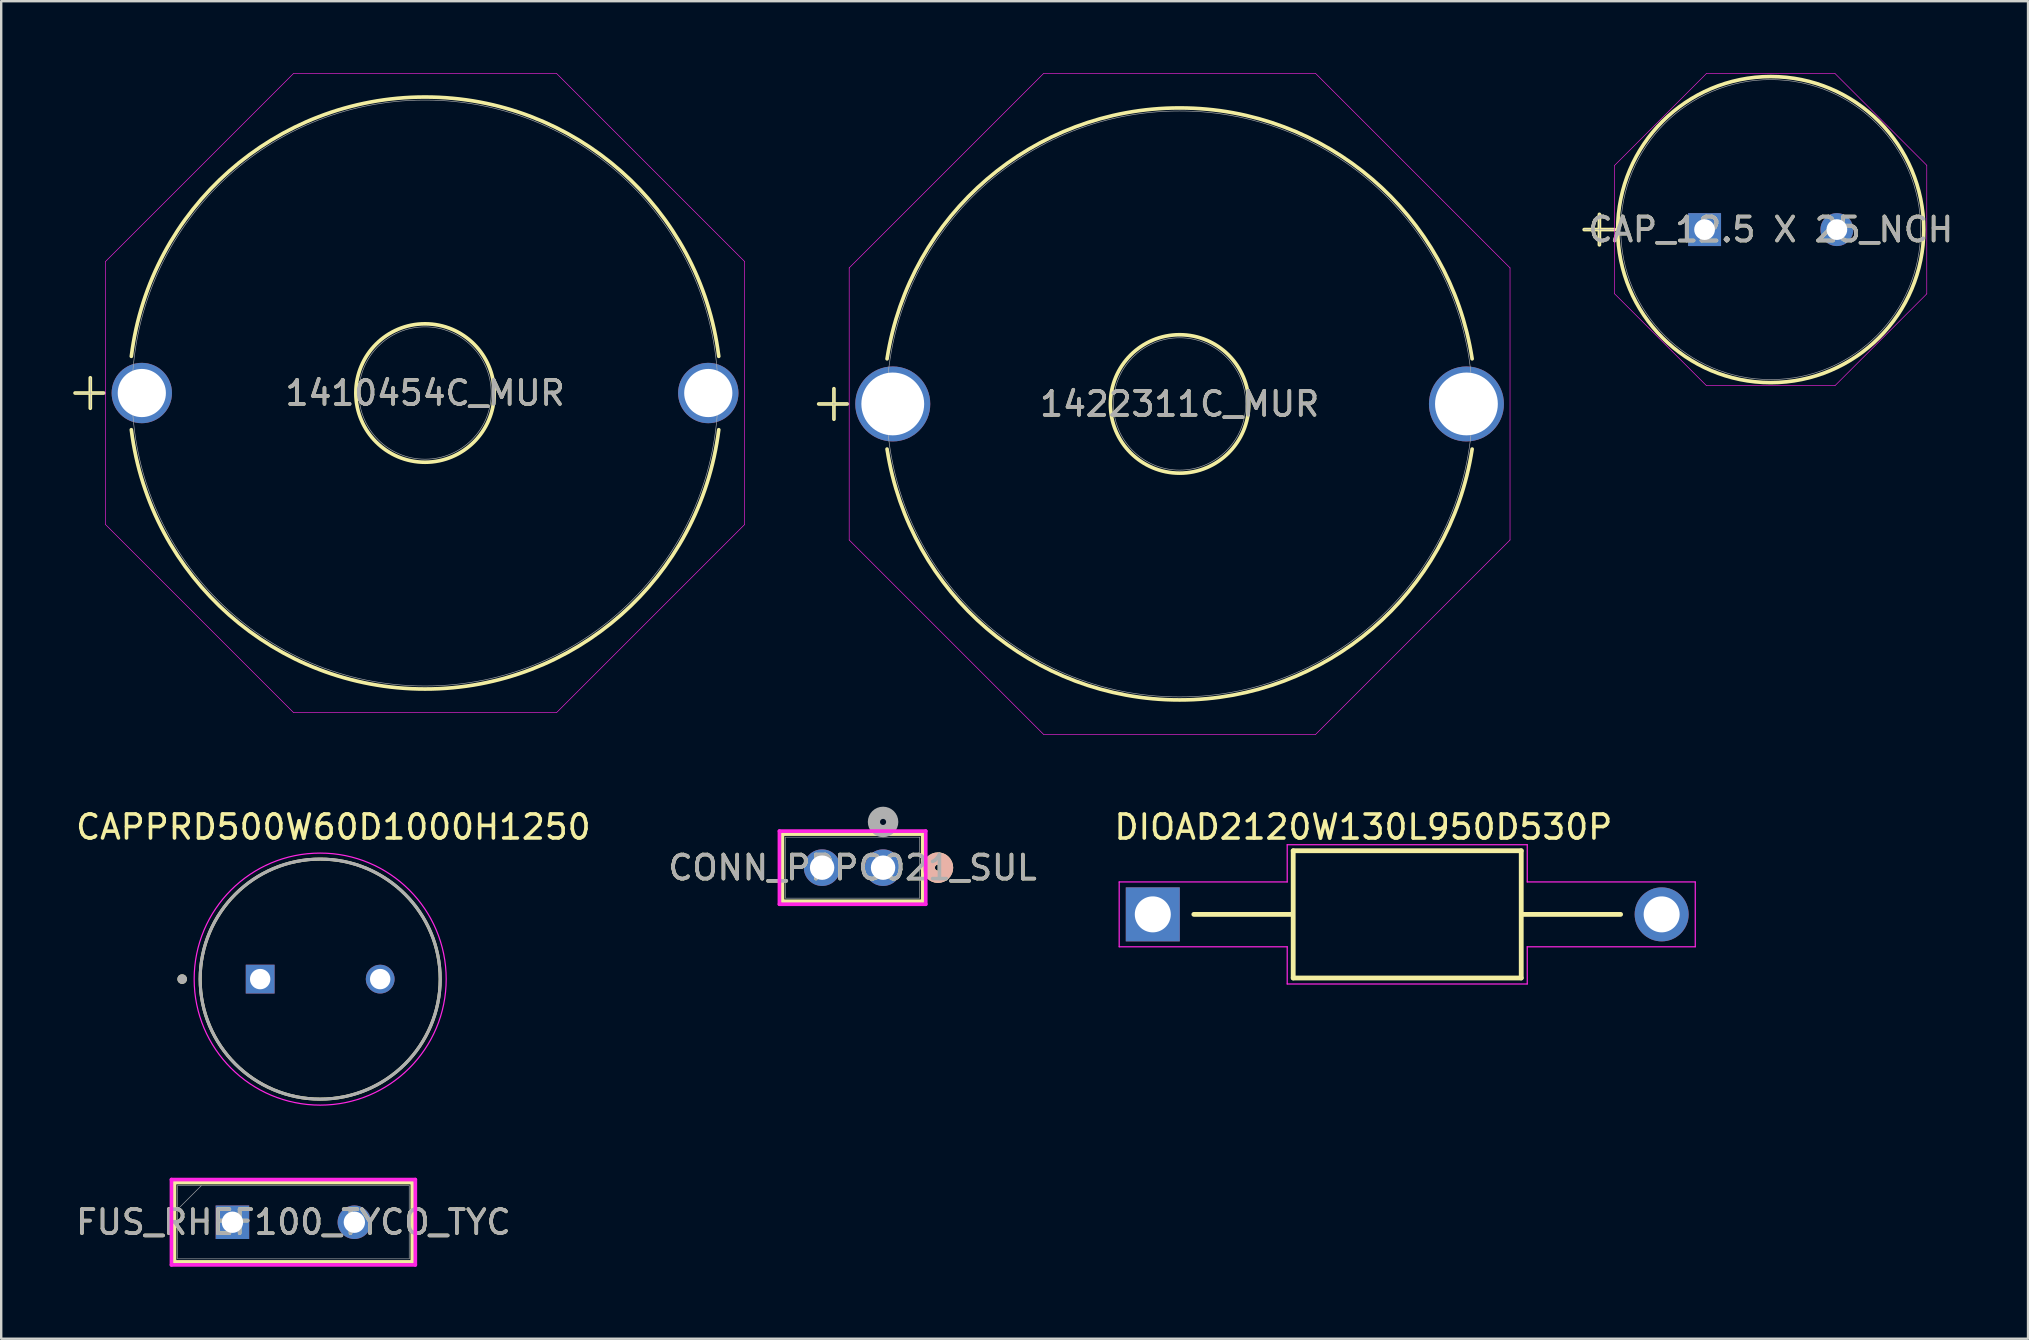
<source format=kicad_pcb>
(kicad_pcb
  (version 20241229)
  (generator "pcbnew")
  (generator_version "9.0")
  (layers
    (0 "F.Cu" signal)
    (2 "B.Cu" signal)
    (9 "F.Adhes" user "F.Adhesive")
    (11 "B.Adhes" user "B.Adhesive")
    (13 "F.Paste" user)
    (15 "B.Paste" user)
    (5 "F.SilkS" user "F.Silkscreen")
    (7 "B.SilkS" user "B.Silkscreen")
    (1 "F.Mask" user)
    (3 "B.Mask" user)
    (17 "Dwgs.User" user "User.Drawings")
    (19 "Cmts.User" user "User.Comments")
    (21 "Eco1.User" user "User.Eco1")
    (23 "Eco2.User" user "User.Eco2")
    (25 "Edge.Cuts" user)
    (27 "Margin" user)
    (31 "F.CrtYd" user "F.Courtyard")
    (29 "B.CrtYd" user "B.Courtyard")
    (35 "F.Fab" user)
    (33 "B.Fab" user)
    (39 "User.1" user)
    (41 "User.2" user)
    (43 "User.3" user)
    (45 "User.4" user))
  (footprint "CAP_12.5 X 25_NCH"
    (layer "F.Cu")
    (at 67.965 6.515)
    (property "Reference" "CAP_12.5 X 25_NCH" (at 2.756 0 0) (unlocked yes) (layer "F.SilkS") (effects (font (size 1 1) (thickness 0.15))))
    (attr through_hole)
    (fp_line (start -5.016 0) (end -3.747 0) (stroke (width 0.152) (type solid)) (layer "F.SilkS"))
    (fp_line (start -4.381 -0.635) (end -4.381 0.635) (stroke (width 0.152) (type solid)) (layer "F.SilkS"))
    (fp_circle (center 2.756 0) (end 9.131 0) (stroke (width 0.152) (type solid)) (fill no) (layer "F.SilkS"))
    (fp_line (start -3.747 -2.677) (end 0.078 -6.502) (stroke (width 0.025) (type solid)) (layer "F.CrtYd"))
    (fp_line (start -3.747 2.677) (end -3.747 -2.677) (stroke (width 0.025) (type solid)) (layer "F.CrtYd"))
    (fp_line (start 0.078 -6.502) (end 5.433 -6.502) (stroke (width 0.025) (type solid)) (layer "F.CrtYd"))
    (fp_line (start 0.078 6.502) (end -3.747 2.677) (stroke (width 0.025) (type solid)) (layer "F.CrtYd"))
    (fp_line (start 5.433 -6.502) (end 9.258 -2.677) (stroke (width 0.025) (type solid)) (layer "F.CrtYd"))
    (fp_line (start 5.433 6.502) (end 0.078 6.502) (stroke (width 0.025) (type solid)) (layer "F.CrtYd"))
    (fp_line (start 9.258 -2.677) (end 9.258 2.677) (stroke (width 0.025) (type solid)) (layer "F.CrtYd"))
    (fp_line (start 9.258 2.677) (end 5.433 6.502) (stroke (width 0.025) (type solid)) (layer "F.CrtYd"))
    (fp_line (start -5.016 0) (end -3.747 0) (stroke (width 0.025) (type solid)) (layer "F.Fab"))
    (fp_line (start -4.381 -0.635) (end -4.381 0.635) (stroke (width 0.025) (type solid)) (layer "F.Fab"))
    (fp_circle (center 2.756 0) (end 9.004 0) (stroke (width 0.025) (type solid)) (fill no) (layer "F.Fab"))
    (fp_text user "${REFERENCE}" (at 2.756 0 0) (unlocked yes) (layer "F.Fab") (effects (font (size 1 1) (thickness 0.15))))
    (pad "1" thru_hole rect (at 0 0) (size 1.372 1.372) (drill 0.864) (layers "*.Cu" "*.Mask"))
    (pad "2" thru_hole circle (at 5.512 0) (size 1.372 1.372) (drill 0.864) (layers "*.Cu" "*.Mask")))
  (footprint "FUS_RHEF100_TYCO_TYC"
    (layer "F.Cu")
    (at 6.633 47.87)
    (property "Reference" "FUS_RHEF100_TYCO_TYC" (at 2.54 0 0) (unlocked yes) (layer "F.SilkS") (effects (font (size 1 1) (thickness 0.15))))
    (attr through_hole)
    (fp_line (start -2.413 -1.651) (end -2.413 1.651) (stroke (width 0.152) (type solid)) (layer "F.SilkS"))
    (fp_line (start -2.413 1.651) (end 7.493 1.651) (stroke (width 0.152) (type solid)) (layer "F.SilkS"))
    (fp_line (start 7.493 -1.651) (end -2.413 -1.651) (stroke (width 0.152) (type solid)) (layer "F.SilkS"))
    (fp_line (start 7.493 1.651) (end 7.493 -1.651) (stroke (width 0.152) (type solid)) (layer "F.SilkS"))
    (fp_line (start -2.54 -1.778) (end 7.62 -1.778) (stroke (width 0.152) (type solid)) (layer "F.CrtYd"))
    (fp_line (start -2.54 1.778) (end -2.54 -1.778) (stroke (width 0.152) (type solid)) (layer "F.CrtYd"))
    (fp_line (start 7.62 -1.778) (end 7.62 1.778) (stroke (width 0.152) (type solid)) (layer "F.CrtYd"))
    (fp_line (start 7.62 1.778) (end -2.54 1.778) (stroke (width 0.152) (type solid)) (layer "F.CrtYd"))
    (fp_line (start -2.286 -1.524) (end -2.286 1.524) (stroke (width 0.025) (type solid)) (layer "F.Fab"))
    (fp_line (start -2.286 -0.533) (end -1.295 -1.524) (stroke (width 0.025) (type solid)) (layer "F.Fab"))
    (fp_line (start -2.286 1.524) (end 7.366 1.524) (stroke (width 0.025) (type solid)) (layer "F.Fab"))
    (fp_line (start 7.366 -1.524) (end -2.286 -1.524) (stroke (width 0.025) (type solid)) (layer "F.Fab"))
    (fp_line (start 7.366 1.524) (end 7.366 -1.524) (stroke (width 0.025) (type solid)) (layer "F.Fab"))
    (fp_text user "${REFERENCE}" (at 2.54 0 0) (unlocked yes) (layer "F.Fab") (effects (font (size 1 1) (thickness 0.15))))
    (pad "1" thru_hole rect (at 0 0) (size 1.397 1.397) (drill 0.889) (layers "*.Cu" "*.Mask"))
    (pad "2" thru_hole circle (at 5.08 0) (size 1.397 1.397) (drill 0.889) (layers "*.Cu" "*.Mask")))
  (footprint "DIOAD2120W130L950D530P"
    (layer "F.Cu")
    (at 55.577 35.044)
    (property "Reference" "DIOAD2120W130L950D530P" (at -1.826 -3.637 0) (layer "F.SilkS") (effects (font (size 1.001 1.001) (thickness 0.15))))
    (attr through_hole)
    (fp_line (start -8.89 0) (end -4.8 0) (stroke (width 0.2) (type solid)) (layer "F.SilkS"))
    (fp_line (start -4.75 -2.65) (end 4.75 -2.65) (stroke (width 0.2) (type solid)) (layer "F.SilkS"))
    (fp_line (start -4.75 2.65) (end -4.75 -2.65) (stroke (width 0.2) (type solid)) (layer "F.SilkS"))
    (fp_line (start 4.75 -2.65) (end 4.75 2.65) (stroke (width 0.2) (type solid)) (layer "F.SilkS"))
    (fp_line (start 4.75 2.65) (end -4.75 2.65) (stroke (width 0.2) (type solid)) (layer "F.SilkS"))
    (fp_line (start 8.89 0) (end 4.8 0) (stroke (width 0.2) (type solid)) (layer "F.SilkS"))
    (fp_line (start -12 -1.35) (end -5 -1.35) (stroke (width 0.05) (type solid)) (layer "F.CrtYd"))
    (fp_line (start -12 1.35) (end -12 -1.35) (stroke (width 0.05) (type solid)) (layer "F.CrtYd"))
    (fp_line (start -12 1.35) (end -5 1.35) (stroke (width 0.05) (type solid)) (layer "F.CrtYd"))
    (fp_line (start -5 -2.9) (end 5 -2.9) (stroke (width 0.05) (type solid)) (layer "F.CrtYd"))
    (fp_line (start -5 -1.35) (end -5 -2.9) (stroke (width 0.05) (type solid)) (layer "F.CrtYd"))
    (fp_line (start -5 1.35) (end -5 2.9) (stroke (width 0.05) (type solid)) (layer "F.CrtYd"))
    (fp_line (start 5 -1.35) (end 5 -2.9) (stroke (width 0.05) (type solid)) (layer "F.CrtYd"))
    (fp_line (start 5 1.35) (end 5 2.9) (stroke (width 0.05) (type solid)) (layer "F.CrtYd"))
    (fp_line (start 5 1.35) (end 12 1.35) (stroke (width 0.05) (type solid)) (layer "F.CrtYd"))
    (fp_line (start 5 2.9) (end -5 2.9) (stroke (width 0.05) (type solid)) (layer "F.CrtYd"))
    (fp_line (start 12 -1.35) (end 5 -1.35) (stroke (width 0.05) (type solid)) (layer "F.CrtYd"))
    (fp_line (start 12 -1.35) (end 12 1.35) (stroke (width 0.05) (type solid)) (layer "F.CrtYd"))
    (pad "A" thru_hole circle (at 10.6 0) (size 2.25 2.25) (drill 1.5) (layers "*.Cu" "*.Mask"))
    (pad "C" thru_hole rect (at -10.6 0) (size 2.25 2.25) (drill 1.5) (layers "*.Cu" "*.Mask")))
  (footprint "CONN_PPPC021_SUL"
    (layer "F.Cu")
    (at 33.74 33.098)
    (property "Reference" "CONN_PPPC021_SUL" (at -1.27 0 0) (unlocked yes) (layer "F.SilkS") (effects (font (size 1 1) (thickness 0.15))))
    (attr through_hole)
    (fp_line (start -4.191 -1.397) (end -4.191 1.397) (stroke (width 0.152) (type solid)) (layer "F.SilkS"))
    (fp_line (start -4.191 1.397) (end 1.651 1.397) (stroke (width 0.152) (type solid)) (layer "F.SilkS"))
    (fp_line (start 1.651 -1.397) (end -4.191 -1.397) (stroke (width 0.152) (type solid)) (layer "F.SilkS"))
    (fp_line (start 1.651 1.397) (end 1.651 -1.397) (stroke (width 0.152) (type solid)) (layer "F.SilkS"))
    (fp_circle (center 2.286 0) (end 2.667 0) (stroke (width 0.508) (type solid)) (fill no) (layer "F.SilkS"))
    (fp_circle (center 2.286 0) (end 2.667 0) (stroke (width 0.508) (type solid)) (fill no) (layer "B.SilkS"))
    (fp_line (start -4.318 -1.524) (end -4.318 1.524) (stroke (width 0.152) (type solid)) (layer "F.CrtYd"))
    (fp_line (start -4.318 1.524) (end 1.778 1.524) (stroke (width 0.152) (type solid)) (layer "F.CrtYd"))
    (fp_line (start 1.778 -1.524) (end -4.318 -1.524) (stroke (width 0.152) (type solid)) (layer "F.CrtYd"))
    (fp_line (start 1.778 1.524) (end 1.778 -1.524) (stroke (width 0.152) (type solid)) (layer "F.CrtYd"))
    (fp_line (start -4.064 -1.27) (end -4.064 1.27) (stroke (width 0.025) (type solid)) (layer "F.Fab"))
    (fp_line (start -4.064 1.27) (end 1.524 1.27) (stroke (width 0.025) (type solid)) (layer "F.Fab"))
    (fp_line (start 1.524 -1.27) (end -4.064 -1.27) (stroke (width 0.025) (type solid)) (layer "F.Fab"))
    (fp_line (start 1.524 1.27) (end 1.524 -1.27) (stroke (width 0.025) (type solid)) (layer "F.Fab"))
    (fp_circle (center 0 -1.905) (end 0.381 -1.905) (stroke (width 0.508) (type solid)) (fill no) (layer "F.Fab"))
    (fp_text user "${REFERENCE}" (at -1.27 0 0) (unlocked yes) (layer "F.Fab") (effects (font (size 1 1) (thickness 0.15))))
    (pad "1" thru_hole circle (at 0 0) (size 1.524 1.524) (drill 1.016) (layers "*.Cu" "*.Mask"))
    (pad "2" thru_hole circle (at -2.54 0) (size 1.524 1.524) (drill 1.016) (layers "*.Cu" "*.Mask")))
  (footprint "CAPPRD500W60D1000H1250"
    (layer "F.Cu")
    (at 10.289 37.741)
    (property "Reference" "CAPPRD500W60D1000H1250" (at 0.55 -6.335 0) (layer "F.SilkS") (effects (font (size 1 1) (thickness 0.15))))
    (attr through_hole)
    (fp_circle (center -5.75 0) (end -5.65 0) (stroke (width 0.2) (type solid)) (fill no) (layer "F.SilkS"))
    (fp_circle (center 0 0) (end 5 0) (stroke (width 0.127) (type solid)) (fill no) (layer "F.SilkS"))
    (fp_circle (center 0 0) (end 5.25 0) (stroke (width 0.05) (type solid)) (fill no) (layer "F.CrtYd"))
    (fp_circle (center -5.75 0) (end -5.65 0) (stroke (width 0.2) (type solid)) (fill no) (layer "F.Fab"))
    (fp_circle (center 0 0) (end 5 0) (stroke (width 0.127) (type solid)) (fill no) (layer "F.Fab"))
    (pad "N" thru_hole circle (at 2.5 0) (size 1.2 1.2) (drill 0.85) (layers "*.Cu" "*.Mask"))
    (pad "P" thru_hole rect (at -2.5 0) (size 1.2 1.2) (drill 0.85) (layers "*.Cu" "*.Mask")))
  (footprint "1410454C_MUR"
    (layer "F.Cu")
    (at 2.858 13.324)
    (property "Reference" "1410454C_MUR" (at 11.8 0 0) (unlocked yes) (layer "F.SilkS") (effects (font (size 1 1) (thickness 0.15))))
    (attr through_hole)
    (fp_line (start -2.781 0) (end -1.59 0) (stroke (width 0.152) (type solid)) (layer "F.SilkS"))
    (fp_line (start -2.146 -0.635) (end -2.146 0.635) (stroke (width 0.152) (type solid)) (layer "F.SilkS"))
    (fp_arc (start -0.43655 -1.528935) (mid 11.8 -12.3317) (end 24.036552 -1.528938) (stroke (width 0.1524) (type solid)) (layer "F.SilkS"))
    (fp_arc (start 24.036552 1.528936) (mid 11.800001 12.3317) (end -0.436549 1.528936) (stroke (width 0.1524) (type solid)) (layer "F.SilkS"))
    (fp_circle (center 11.8 0) (end 14.683 0) (stroke (width 0.152) (type solid)) (fill no) (layer "F.SilkS"))
    (fp_line (start -1.511 -5.481) (end 6.319 -13.311) (stroke (width 0.025) (type solid)) (layer "F.CrtYd"))
    (fp_line (start -1.511 5.481) (end -1.511 -5.481) (stroke (width 0.025) (type solid)) (layer "F.CrtYd"))
    (fp_line (start 6.319 -13.311) (end 17.281 -13.311) (stroke (width 0.025) (type solid)) (layer "F.CrtYd"))
    (fp_line (start 6.319 13.311) (end -1.511 5.481) (stroke (width 0.025) (type solid)) (layer "F.CrtYd"))
    (fp_line (start 17.281 -13.311) (end 25.111 -5.481) (stroke (width 0.025) (type solid)) (layer "F.CrtYd"))
    (fp_line (start 17.281 13.311) (end 6.319 13.311) (stroke (width 0.025) (type solid)) (layer "F.CrtYd"))
    (fp_line (start 25.111 -5.481) (end 25.111 5.481) (stroke (width 0.025) (type solid)) (layer "F.CrtYd"))
    (fp_line (start 25.111 5.481) (end 17.281 13.311) (stroke (width 0.025) (type solid)) (layer "F.CrtYd"))
    (fp_line (start -2.781 0) (end -1.511 0) (stroke (width 0.025) (type solid)) (layer "F.Fab"))
    (fp_line (start -2.146 -0.635) (end -2.146 0.635) (stroke (width 0.025) (type solid)) (layer "F.Fab"))
    (fp_circle (center 11.8 0) (end 14.556 0) (stroke (width 0.025) (type solid)) (fill no) (layer "F.Fab"))
    (fp_circle (center 11.8 0) (end 24.005 0) (stroke (width 0.025) (type solid)) (fill no) (layer "F.Fab"))
    (fp_text user "${REFERENCE}" (at 11.8 0 0) (unlocked yes) (layer "F.Fab") (effects (font (size 1 1) (thickness 0.15))))
    (pad "1" thru_hole circle (at 0.000001 0) (size 2.515 2.515) (drill 2.007) (layers "*.Cu" "*.Mask"))
    (pad "2" thru_hole circle (at 23.6 0) (size 2.515 2.515) (drill 2.007) (layers "*.Cu" "*.Mask")))
  (footprint "1422311C_MUR"
    (layer "F.Cu")
    (at 34.144 13.779)
    (property "Reference" "1422311C_MUR" (at 11.95 0 0) (unlocked yes) (layer "F.SilkS") (effects (font (size 1 1) (thickness 0.15))))
    (attr through_hole)
    (fp_line (start -3.086 0) (end -1.895 0) (stroke (width 0.152) (type solid)) (layer "F.SilkS"))
    (fp_line (start -2.451 -0.635) (end -2.451 0.635) (stroke (width 0.152) (type solid)) (layer "F.SilkS"))
    (fp_arc (start -0.237571 -1.879882) (mid 11.949996 -12.3317) (end 24.137569 -1.879888) (stroke (width 0.1524) (type solid)) (layer "F.SilkS"))
    (fp_arc (start 24.137567 1.879897) (mid 11.949999 12.3317) (end -0.237569 1.879897) (stroke (width 0.1524) (type solid)) (layer "F.SilkS"))
    (fp_circle (center 11.95 0) (end 14.833 0) (stroke (width 0.152) (type solid)) (fill no) (layer "F.SilkS"))
    (fp_line (start -1.816 -5.668) (end 6.282 -13.766) (stroke (width 0.025) (type solid)) (layer "F.CrtYd"))
    (fp_line (start -1.816 5.668) (end -1.816 -5.668) (stroke (width 0.025) (type solid)) (layer "F.CrtYd"))
    (fp_line (start 6.282 -13.766) (end 17.618 -13.766) (stroke (width 0.025) (type solid)) (layer "F.CrtYd"))
    (fp_line (start 6.282 13.766) (end -1.816 5.668) (stroke (width 0.025) (type solid)) (layer "F.CrtYd"))
    (fp_line (start 17.618 -13.766) (end 25.716 -5.668) (stroke (width 0.025) (type solid)) (layer "F.CrtYd"))
    (fp_line (start 17.618 13.766) (end 6.282 13.766) (stroke (width 0.025) (type solid)) (layer "F.CrtYd"))
    (fp_line (start 25.716 -5.668) (end 25.716 5.668) (stroke (width 0.025) (type solid)) (layer "F.CrtYd"))
    (fp_line (start 25.716 5.668) (end 17.618 13.766) (stroke (width 0.025) (type solid)) (layer "F.CrtYd"))
    (fp_line (start -3.086 0) (end -1.816 0) (stroke (width 0.025) (type solid)) (layer "F.Fab"))
    (fp_line (start -2.451 -0.635) (end -2.451 0.635) (stroke (width 0.025) (type solid)) (layer "F.Fab"))
    (fp_circle (center 11.95 0) (end 14.706 0) (stroke (width 0.025) (type solid)) (fill no) (layer "F.Fab"))
    (fp_circle (center 11.95 0) (end 24.155 0) (stroke (width 0.025) (type solid)) (fill no) (layer "F.Fab"))
    (fp_text user "${REFERENCE}" (at 11.95 0 0) (unlocked yes) (layer "F.Fab") (effects (font (size 1 1) (thickness 0.15))))
    (pad "1" thru_hole circle (at -0.000001 0) (size 3.124 3.124) (drill 2.616) (layers "*.Cu" "*.Mask"))
    (pad "2" thru_hole circle (at 23.9 0) (size 3.124 3.124) (drill 2.616) (layers "*.Cu" "*.Mask")))
  (gr_rect
    (start -3 -3)
    (end 81.441 52.724)
    (stroke (width 0.1) (type default))
    (fill no)
    (layer "Edge.Cuts")))
</source>
